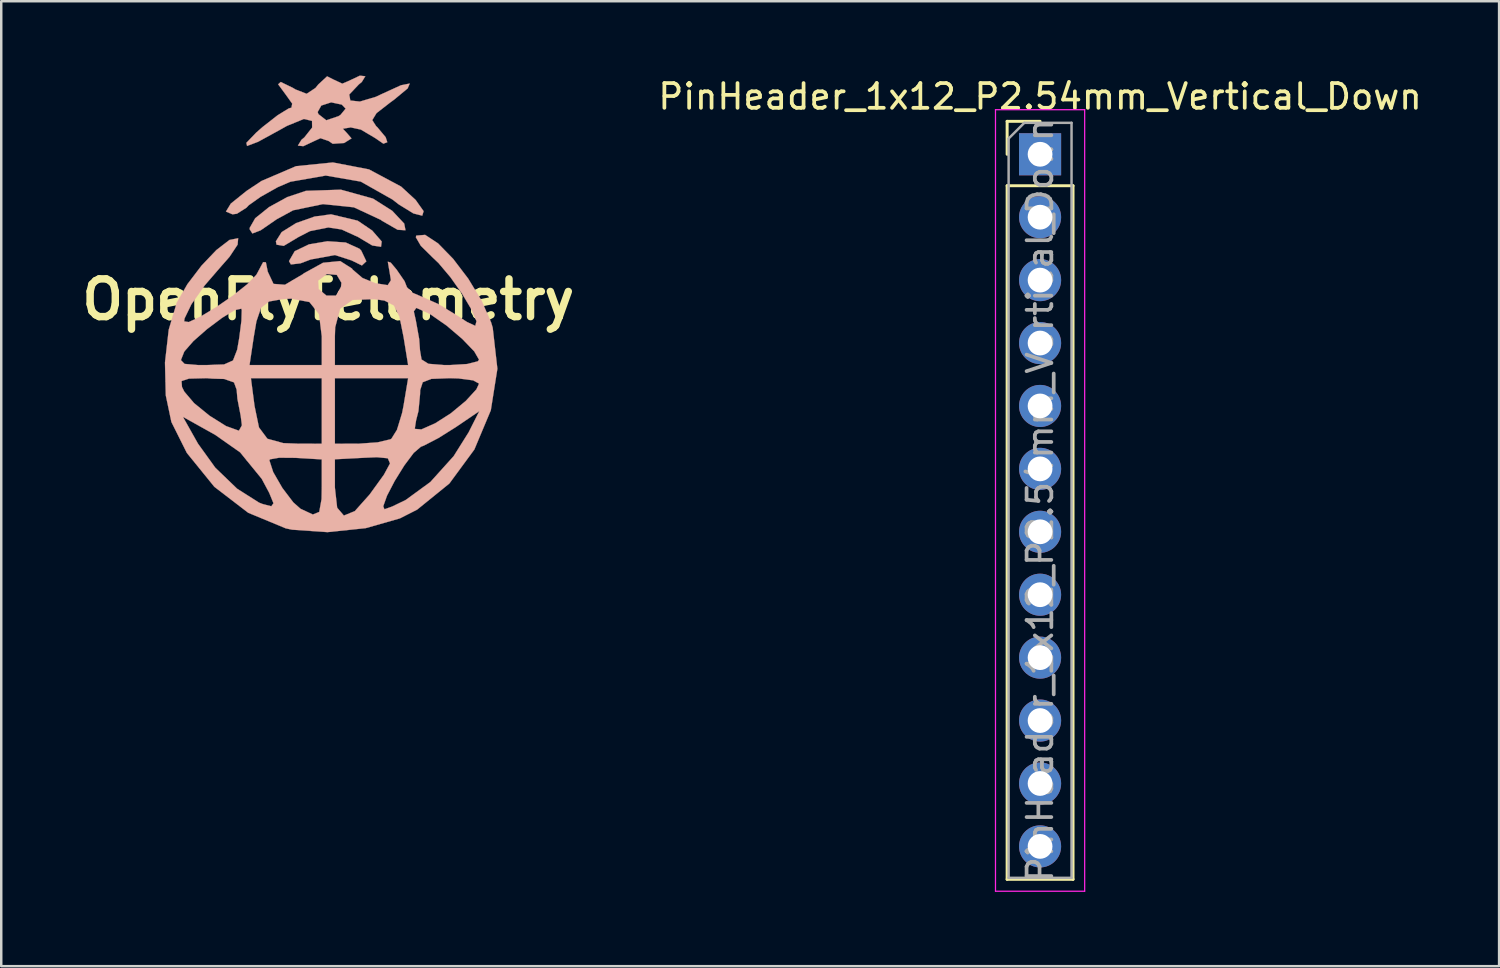
<source format=kicad_pcb>
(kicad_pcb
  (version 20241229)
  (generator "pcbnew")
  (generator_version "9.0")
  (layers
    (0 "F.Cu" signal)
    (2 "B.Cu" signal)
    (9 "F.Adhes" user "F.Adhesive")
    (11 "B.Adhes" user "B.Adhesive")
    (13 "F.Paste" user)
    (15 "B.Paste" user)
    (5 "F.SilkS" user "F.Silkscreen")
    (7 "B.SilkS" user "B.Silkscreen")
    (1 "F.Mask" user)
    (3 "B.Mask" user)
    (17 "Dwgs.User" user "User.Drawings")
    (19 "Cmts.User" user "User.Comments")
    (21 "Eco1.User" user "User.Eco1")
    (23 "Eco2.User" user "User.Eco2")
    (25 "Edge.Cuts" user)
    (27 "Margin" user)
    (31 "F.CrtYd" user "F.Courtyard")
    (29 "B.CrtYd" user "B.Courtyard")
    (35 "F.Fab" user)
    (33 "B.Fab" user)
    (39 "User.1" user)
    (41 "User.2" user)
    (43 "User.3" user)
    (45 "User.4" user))
  (footprint "PinHeader_1x12_P2.54mm_Vertical_Down"
    (layer "F.Cu")
    (at 38.937 3.178)
    (property "Reference" "PinHeader_1x12_P2.54mm_Vertical_Down" (at 0 -2.33 0) (layer "F.SilkS") (effects (font (size 1 1) (thickness 0.15))))
    (attr through_hole)
    (fp_line (start -1.33 -1.33) (end 0 -1.33) (stroke (width 0.12) (type solid)) (layer "F.SilkS"))
    (fp_line (start -1.33 0) (end -1.33 -1.33) (stroke (width 0.12) (type solid)) (layer "F.SilkS"))
    (fp_line (start -1.33 1.27) (end -1.33 29.27) (stroke (width 0.12) (type solid)) (layer "F.SilkS"))
    (fp_line (start -1.33 1.27) (end 1.33 1.27) (stroke (width 0.12) (type solid)) (layer "F.SilkS"))
    (fp_line (start -1.33 29.27) (end 1.33 29.27) (stroke (width 0.12) (type solid)) (layer "F.SilkS"))
    (fp_line (start 1.33 1.27) (end 1.33 29.27) (stroke (width 0.12) (type solid)) (layer "F.SilkS"))
    (fp_line (start -1.8 -1.8) (end -1.8 29.75) (stroke (width 0.05) (type solid)) (layer "F.CrtYd"))
    (fp_line (start -1.8 29.75) (end 1.8 29.75) (stroke (width 0.05) (type solid)) (layer "F.CrtYd"))
    (fp_line (start 1.8 -1.8) (end -1.8 -1.8) (stroke (width 0.05) (type solid)) (layer "F.CrtYd"))
    (fp_line (start 1.8 29.75) (end 1.8 -1.8) (stroke (width 0.05) (type solid)) (layer "F.CrtYd"))
    (fp_line (start -1.27 -0.635) (end -0.635 -1.27) (stroke (width 0.1) (type solid)) (layer "F.Fab"))
    (fp_line (start -1.27 29.21) (end -1.27 -0.635) (stroke (width 0.1) (type solid)) (layer "F.Fab"))
    (fp_line (start -0.635 -1.27) (end 1.27 -1.27) (stroke (width 0.1) (type solid)) (layer "F.Fab"))
    (fp_line (start 1.27 -1.27) (end 1.27 29.21) (stroke (width 0.1) (type solid)) (layer "F.Fab"))
    (fp_line (start 1.27 29.21) (end -1.27 29.21) (stroke (width 0.1) (type solid)) (layer "F.Fab"))
    (fp_text user "${REFERENCE}" (at 0 13.97 90) (layer "F.Fab") (effects (font (size 1 1) (thickness 0.15))))
    (pad "1" thru_hole rect (at 0 0) (size 1.7 1.7) (drill 1) (layers "*.Cu" "*.Mask"))
    (pad "2" thru_hole oval (at 0 2.54) (size 1.7 1.7) (drill 1) (layers "*.Cu" "*.Mask"))
    (pad "3" thru_hole oval (at 0 5.08) (size 1.7 1.7) (drill 1) (layers "*.Cu" "*.Mask"))
    (pad "4" thru_hole oval (at 0 7.62) (size 1.7 1.7) (drill 1) (layers "*.Cu" "*.Mask"))
    (pad "5" thru_hole oval (at 0 10.16) (size 1.7 1.7) (drill 1) (layers "*.Cu" "*.Mask"))
    (pad "6" thru_hole oval (at 0 12.7) (size 1.7 1.7) (drill 1) (layers "*.Cu" "*.Mask"))
    (pad "7" thru_hole oval (at 0 15.24) (size 1.7 1.7) (drill 1) (layers "*.Cu" "*.Mask"))
    (pad "8" thru_hole oval (at 0 17.78) (size 1.7 1.7) (drill 1) (layers "*.Cu" "*.Mask"))
    (pad "9" thru_hole oval (at 0 20.32) (size 1.7 1.7) (drill 1) (layers "*.Cu" "*.Mask"))
    (pad "10" thru_hole oval (at 0 22.86) (size 1.7 1.7) (drill 1) (layers "*.Cu" "*.Mask"))
    (pad "11" thru_hole oval (at 0 25.4) (size 1.7 1.7) (drill 1) (layers "*.Cu" "*.Mask"))
    (pad "12" thru_hole oval (at 0 27.94) (size 1.7 1.7) (drill 1) (layers "*.Cu" "*.Mask")))
  (footprint "OpenFlyTelemetry"
    (layer "F.Cu")
    (at 10.204 9.042)
    (property "Reference" "OpenFlyTelemetry" (at 0 0 0) (layer "F.SilkS") (effects (font (size 1.524 1.524) (thickness 0.3))))
    (attr through_hole)
    (fp_poly (pts (xy 0.701 -2.303) (xy 1.257 -2.051) (xy 1.328 -1.978) (xy 1.535 -1.542) (xy 1.356 -1.375) (xy 0.934 -1.581) (xy 0.268 -1.796) (xy -0.711 -1.617) (xy -1.124 -1.461) (xy -1.511 -1.416) (xy -1.587 -1.55) (xy -1.357 -1.951) (xy -0.782 -2.227) (xy -0.037 -2.353) (xy 0.701 -2.303)) (stroke (width 0.01) (type solid)) (fill yes) (layer "B.SilkS"))
    (fp_poly (pts (xy 1.186 -3.183) (xy 1.771 -2.786) (xy 2.155 -2.344) (xy 2.128 -2.129) (xy 1.776 -2.181) (xy 1.206 -2.522) (xy 0.536 -2.828) (xy 0 -2.91) (xy -0.742 -2.761) (xy -1.206 -2.522) (xy -1.8 -2.166) (xy -2.09 -2.215) (xy -2.117 -2.351) (xy -1.884 -2.722) (xy -1.304 -3.084) (xy -0.552 -3.351) (xy 0.108 -3.44) (xy 1.186 -3.183)) (stroke (width 0.01) (type solid)) (fill yes) (layer "B.SilkS"))
    (fp_poly (pts (xy 1.803 -4.075) (xy 2.579 -3.583) (xy 3.063 -3.068) (xy 3.116 -2.797) (xy 2.799 -2.816) (xy 2.175 -3.174) (xy 2.115 -3.218) (xy 1.03 -3.723) (xy -0.216 -3.852) (xy -1.422 -3.602) (xy -2.084 -3.241) (xy -2.731 -2.795) (xy -3.065 -2.667) (xy -3.173 -2.831) (xy -3.175 -2.891) (xy -2.952 -3.282) (xy -2.39 -3.734) (xy -1.656 -4.137) (xy -0.912 -4.386) (xy -0.899 -4.388) (xy 0.506 -4.435) (xy 1.803 -4.075)) (stroke (width 0.01) (type solid)) (fill yes) (layer "B.SilkS"))
    (fp_poly (pts (xy 1.641 -5.254) (xy 2.939 -4.56) (xy 3.523 -4.023) (xy 3.847 -3.567) (xy 3.792 -3.385) (xy 3.434 -3.476) (xy 2.844 -3.84) (xy 2.59 -4.037) (xy 1.309 -4.761) (xy -0.103 -5.005) (xy -1.533 -4.755) (xy -2.052 -4.531) (xy -2.741 -4.142) (xy -3.214 -3.806) (xy -3.305 -3.708) (xy -3.689 -3.464) (xy -3.868 -3.44) (xy -4.133 -3.551) (xy -3.937 -3.873) (xy -3.295 -4.389) (xy -2.695 -4.788) (xy -1.304 -5.384) (xy 0.184 -5.534) (xy 1.641 -5.254)) (stroke (width 0.01) (type solid)) (fill yes) (layer "B.SilkS"))
    (fp_poly (pts (xy 1.493 -9.014) (xy 1.35 -8.781) (xy 1.23 -8.682) (xy 0.845 -8.276) (xy 0.888 -8.034) (xy 1.274 -7.992) (xy 1.92 -8.184) (xy 2.157 -8.296) (xy 2.933 -8.65) (xy 3.287 -8.72) (xy 3.202 -8.522) (xy 2.661 -8.073) (xy 2.507 -7.961) (xy 1.945 -7.524) (xy 1.774 -7.243) (xy 1.931 -6.998) (xy 1.976 -6.959) (xy 2.314 -6.555) (xy 2.381 -6.35) (xy 2.222 -6.292) (xy 1.897 -6.515) (xy 1.316 -6.86) (xy 0.905 -6.949) (xy 0.586 -6.895) (xy 0.75 -6.721) (xy 0.936 -6.505) (xy 0.639 -6.319) (xy 0.178 -6.288) (xy 0.014 -6.4) (xy -0.317 -6.513) (xy -0.536 -6.413) (xy -1.009 -6.191) (xy -1.228 -6.214) (xy -1.086 -6.447) (xy -0.966 -6.547) (xy -0.654 -6.942) (xy -0.658 -7.211) (xy -0.986 -7.29) (xy -1.67 -7.01) (xy -1.988 -6.832) (xy -2.836 -6.368) (xy -3.28 -6.2) (xy -3.309 -6.325) (xy -2.91 -6.74) (xy -2.656 -6.963) (xy -2.053 -7.435) (xy -1.836 -7.569) (xy -0.431 -7.569) (xy -0.398 -7.484) (xy -0.081 -7.236) (xy 0.407 -7.401) (xy 0.491 -7.453) (xy 0.699 -7.707) (xy 0.545 -7.869) (xy 0.114 -7.96) (xy -0.284 -7.831) (xy -0.431 -7.569) (xy -1.836 -7.569) (xy -1.599 -7.714) (xy -1.49 -7.746) (xy -1.458 -7.908) (xy -1.72 -8.275) (xy -2.025 -8.689) (xy -1.922 -8.783) (xy -1.431 -8.545) (xy -1.326 -8.481) (xy -0.876 -8.306) (xy -0.517 -8.543) (xy -0.408 -8.679) (xy -0.049 -9.011) (xy 0.2 -8.885) (xy 0.564 -8.715) (xy 0.801 -8.815) (xy 1.273 -9.037) (xy 1.493 -9.014)) (stroke (width 0.01) (type solid)) (fill yes) (layer "B.SilkS"))
    (fp_poly (pts (xy 4.43 -2.267) (xy 5.037 -1.645) (xy 5.649 -0.842) (xy 6.187 0.046) (xy 6.572 0.924) (xy 6.636 1.136) (xy 6.825 2.795) (xy 6.56 4.471) (xy 5.896 6.053) (xy 4.886 7.427) (xy 3.586 8.481) (xy 2.889 8.835) (xy 1.509 9.229) (xy -0.034 9.39) (xy -1.464 9.291) (xy -1.719 9.237) (xy -3.233 8.609) (xy -4.602 7.559) (xy -5.712 6.191) (xy -6.335 4.944) (xy -6.379 4.735) (xy -5.87 4.735) (xy -5.262 5.817) (xy -4.562 6.789) (xy -3.68 7.638) (xy -2.795 8.199) (xy -2.646 8.257) (xy -2.302 8.345) (xy -2.214 8.224) (xy -2.387 7.802) (xy -2.688 7.239) (xy -3.303 6.485) (xy -2.381 6.485) (xy -2.226 6.964) (xy -1.855 7.607) (xy -1.415 8.187) (xy -1.124 8.445) (xy -0.625 8.678) (xy -0.367 8.573) (xy -0.273 8.056) (xy -0.265 7.592) (xy -0.265 6.453) (xy -0.342 6.449) (xy 0.265 6.449) (xy 0.265 7.59) (xy 0.357 8.404) (xy 0.628 8.721) (xy 1.07 8.54) (xy 1.243 8.346) (xy 2.217 8.346) (xy 2.266 8.467) (xy 2.577 8.356) (xy 3.122 8.093) (xy 4.12 7.365) (xy 5.06 6.322) (xy 5.662 5.363) (xy 6.094 4.508) (xy 5.143 5.153) (xy 4.443 5.592) (xy 3.857 5.896) (xy 3.736 5.943) (xy 3.448 6.19) (xy 3.068 6.697) (xy 2.68 7.322) (xy 2.369 7.919) (xy 2.217 8.346) (xy 1.243 8.346) (xy 1.667 7.871) (xy 2.243 7.074) (xy 2.491 6.616) (xy 2.402 6.408) (xy 1.963 6.366) (xy 1.479 6.386) (xy 0.265 6.449) (xy -0.342 6.449) (xy -1.323 6.391) (xy -1.985 6.386) (xy -2.354 6.451) (xy -2.381 6.485) (xy -3.303 6.485) (xy -3.56 6.17) (xy -4.566 5.463) (xy -5.87 4.735) (xy -6.379 4.735) (xy -6.562 3.867) (xy -6.576 3.291) (xy -5.926 3.291) (xy -5.907 3.53) (xy -5.813 3.718) (xy -5.42 4.181) (xy -4.793 4.691) (xy -4.128 5.108) (xy -3.623 5.29) (xy -3.607 5.291) (xy -3.489 5.078) (xy -3.537 4.696) (xy -3.67 4.009) (xy -3.701 3.638) (xy -3.808 3.345) (xy -4.207 3.206) (xy -4.904 3.175) (xy -3.125 3.175) (xy -2.978 4.299) (xy -2.799 5.163) (xy -2.459 5.62) (xy -1.817 5.796) (xy -1.257 5.817) (xy -0.265 5.821) (xy -0.265 3.175) (xy 0.265 3.175) (xy 0.265 5.821) (xy 1.257 5.817) (xy 1.988 5.765) (xy 2.5 5.644) (xy 2.547 5.618) (xy 2.773 5.255) (xy 2.783 5.221) (xy 3.489 5.221) (xy 3.756 5.243) (xy 4.317 4.994) (xy 4.947 4.592) (xy 5.553 4.089) (xy 5.978 3.625) (xy 6.085 3.393) (xy 5.849 3.263) (xy 5.25 3.185) (xy 4.895 3.175) (xy 4.159 3.203) (xy 3.811 3.339) (xy 3.708 3.658) (xy 3.704 3.815) (xy 3.639 4.5) (xy 3.544 4.873) (xy 3.489 5.221) (xy 2.783 5.221) (xy 2.979 4.577) (xy 3.034 4.299) (xy 3.222 3.175) (xy 0.265 3.175) (xy -0.265 3.175) (xy -3.125 3.175) (xy -4.904 3.175) (xy -5.627 3.193) (xy -5.926 3.291) (xy -6.576 3.291) (xy -6.594 2.545) (xy -6.583 2.445) (xy -5.951 2.445) (xy -5.803 2.598) (xy -5.274 2.644) (xy -4.938 2.646) (xy -3.181 2.646) (xy -0.265 2.646) (xy -0.265 1.484) (xy 0.265 1.484) (xy 0.265 2.646) (xy 3.222 2.646) (xy 3.039 1.521) (xy 2.871 0.684) (xy 2.769 0.479) (xy 3.451 0.479) (xy 3.53 0.83) (xy 3.668 1.596) (xy 3.701 2.051) (xy 3.764 2.42) (xy 4.042 2.594) (xy 4.675 2.645) (xy 4.895 2.646) (xy 5.605 2.603) (xy 6.031 2.495) (xy 6.085 2.431) (xy 5.891 2.093) (xy 5.406 1.589) (xy 4.775 1.052) (xy 4.146 0.614) (xy 3.996 0.531) (xy 3.551 0.337) (xy 3.451 0.479) (xy 2.769 0.479) (xy 2.649 0.237) (xy 2.267 0.042) (xy 1.852 -0.017) (xy 0.975 0.017) (xy 0.475 0.373) (xy 0.277 1.121) (xy 0.265 1.484) (xy -0.265 1.484) (xy -0.377 0.583) (xy -0.764 0.1) (xy -1.502 -0.037) (xy -1.852 -0.017) (xy -2.401 0.081) (xy -2.717 0.335) (xy -2.903 0.882) (xy -3.012 1.521) (xy -3.181 2.646) (xy -4.938 2.646) (xy -4.212 2.622) (xy -3.848 2.46) (xy -3.679 2.024) (xy -3.597 1.552) (xy -3.508 0.856) (xy -3.495 0.423) (xy -3.512 0.369) (xy -3.783 0.429) (xy -4.293 0.742) (xy -4.897 1.195) (xy -5.448 1.679) (xy -5.801 2.083) (xy -5.824 2.122) (xy -5.951 2.445) (xy -6.583 2.445) (xy -6.443 1.219) (xy -6.12 0.132) (xy -5.688 -0.621) (xy -5.119 -1.368) (xy -4.519 -1.999) (xy -3.991 -2.405) (xy -3.641 -2.475) (xy -3.64 -2.474) (xy -3.662 -2.216) (xy -3.989 -1.724) (xy -4.31 -1.359) (xy -4.995 -0.566) (xy -5.524 0.186) (xy -5.801 0.756) (xy -5.821 0.88) (xy -5.635 0.909) (xy -5.161 0.69) (xy -4.526 0.308) (xy -3.855 -0.155) (xy -3.275 -0.616) (xy -2.911 -0.993) (xy -2.872 -1.058) (xy -2.632 -1.51) (xy -2.521 -1.504) (xy -2.445 -1.124) (xy -2.213 -0.632) (xy -1.75 -0.597) (xy -1.468 -0.764) (xy -0.415 -0.764) (xy -0.391 -0.422) (xy -0.075 -0.159) (xy 0.308 -0.159) (xy 0.318 -0.165) (xy 0.512 -0.514) (xy 0.529 -0.677) (xy 0.341 -0.995) (xy -0.059 -1.029) (xy -0.415 -0.764) (xy -1.468 -0.764) (xy -1.037 -1.018) (xy -0.986 -1.058) (xy -0.213 -1.485) (xy 0.48 -1.553) (xy 0.956 -1.25) (xy 0.979 -1.212) (xy 1.379 -0.87) (xy 1.9 -0.658) (xy 2.397 -0.581) (xy 2.526 -0.779) (xy 2.475 -1.1) (xy 2.401 -1.528) (xy 2.521 -1.49) (xy 2.758 -1.206) (xy 3.078 -0.742) (xy 3.175 -0.496) (xy 3.395 -0.276) (xy 3.77 -0.115) (xy 4.424 0.174) (xy 5.068 0.564) (xy 5.599 0.906) (xy 5.925 1.058) (xy 5.933 1.058) (xy 5.981 0.873) (xy 5.778 0.4) (xy 5.401 -0.233) (xy 4.931 -0.9) (xy 4.446 -1.475) (xy 4.212 -1.697) (xy 3.733 -2.17) (xy 3.533 -2.514) (xy 3.551 -2.581) (xy 3.908 -2.611) (xy 4.43 -2.267)) (stroke (width 0.01) (type solid)) (fill yes) (layer "B.SilkS")))
  (gr_rect
    (start -3 -3)
    (end 57.467 35.953)
    (stroke (width 0.1) (type default))
    (fill no)
    (layer "Edge.Cuts")))
</source>
